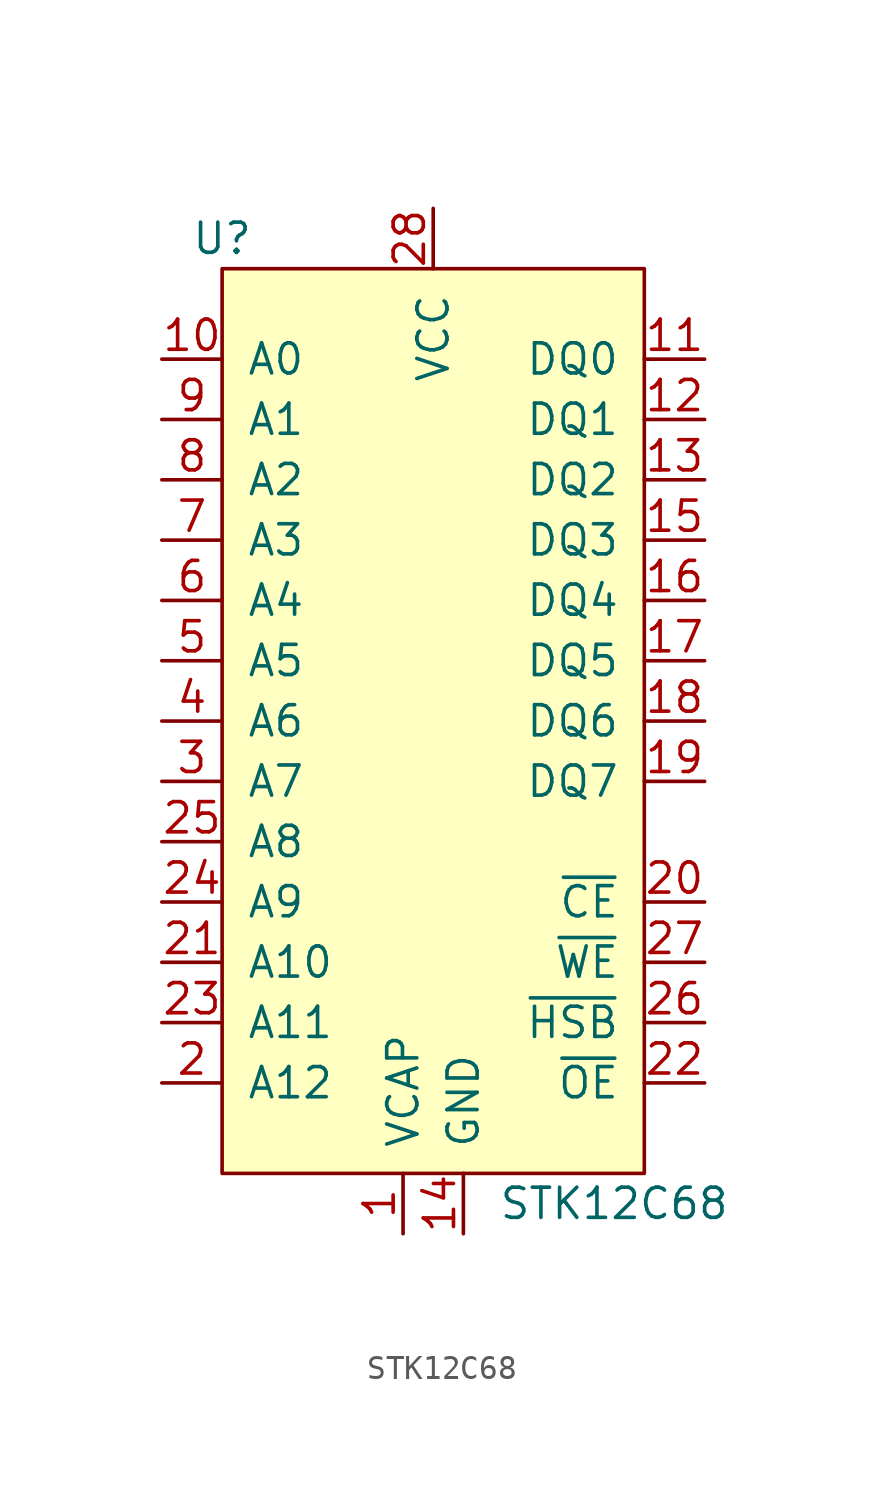
<source format=kicad_sym>
(kicad_symbol_lib
  (version 20211014)
  (generator kicad_symbol_editor)
  (symbol "STK12C68"
    (pin_names
      (offset 1.016))
    (property "Reference" "U"
      (at -8.89 20.32 0)
      (effects (font (size 1.27 1.27))))
    (property "Value" "STK12C68"
      (at 7.62 -20.32 0)
      (effects (font (size 1.27 1.27))))
    (symbol "STK12C68_0_1"
      (rectangle (start -8.89 19.05) (end 8.89 -19.05) (stroke (width 0) (type default) (color 0 0 0 0)) (fill (type background))))
    (symbol "STK12C68_1_1"
      (pin power_out line (at -1.27 -21.59 90) (length 2.54) (name "VCAP" (effects (font (size 1.27 1.27)))) (number "1" (effects (font (size 1.27 1.27)))))
      (pin input line (at -11.43 15.24 0) (length 2.54) (name "A0" (effects (font (size 1.27 1.27)))) (number "10" (effects (font (size 1.27 1.27)))))
      (pin tri_state line (at 11.43 15.24 180) (length 2.54) (name "DQ0" (effects (font (size 1.27 1.27)))) (number "11" (effects (font (size 1.27 1.27)))))
      (pin tri_state line (at 11.43 12.7 180) (length 2.54) (name "DQ1" (effects (font (size 1.27 1.27)))) (number "12" (effects (font (size 1.27 1.27)))))
      (pin tri_state line (at 11.43 10.16 180) (length 2.54) (name "DQ2" (effects (font (size 1.27 1.27)))) (number "13" (effects (font (size 1.27 1.27)))))
      (pin power_in line (at 1.27 -21.59 90) (length 2.54) (name "GND" (effects (font (size 1.27 1.27)))) (number "14" (effects (font (size 1.27 1.27)))))
      (pin tri_state line (at 11.43 7.62 180) (length 2.54) (name "DQ3" (effects (font (size 1.27 1.27)))) (number "15" (effects (font (size 1.27 1.27)))))
      (pin tri_state line (at 11.43 5.08 180) (length 2.54) (name "DQ4" (effects (font (size 1.27 1.27)))) (number "16" (effects (font (size 1.27 1.27)))))
      (pin tri_state line (at 11.43 2.54 180) (length 2.54) (name "DQ5" (effects (font (size 1.27 1.27)))) (number "17" (effects (font (size 1.27 1.27)))))
      (pin tri_state line (at 11.43 0 180) (length 2.54) (name "DQ6" (effects (font (size 1.27 1.27)))) (number "18" (effects (font (size 1.27 1.27)))))
      (pin tri_state line (at 11.43 -2.54 180) (length 2.54) (name "DQ7" (effects (font (size 1.27 1.27)))) (number "19" (effects (font (size 1.27 1.27)))))
      (pin input line (at -11.43 -15.24 0) (length 2.54) (name "A12" (effects (font (size 1.27 1.27)))) (number "2" (effects (font (size 1.27 1.27)))))
      (pin input line (at 11.43 -7.62 180) (length 2.54) (name "~{CE}" (effects (font (size 1.27 1.27)))) (number "20" (effects (font (size 1.27 1.27)))))
      (pin input line (at -11.43 -10.16 0) (length 2.54) (name "A10" (effects (font (size 1.27 1.27)))) (number "21" (effects (font (size 1.27 1.27)))))
      (pin input line (at 11.43 -15.24 180) (length 2.54) (name "~{OE}" (effects (font (size 1.27 1.27)))) (number "22" (effects (font (size 1.27 1.27)))))
      (pin input line (at -11.43 -12.7 0) (length 2.54) (name "A11" (effects (font (size 1.27 1.27)))) (number "23" (effects (font (size 1.27 1.27)))))
      (pin input line (at -11.43 -7.62 0) (length 2.54) (name "A9" (effects (font (size 1.27 1.27)))) (number "24" (effects (font (size 1.27 1.27)))))
      (pin input line (at -11.43 -5.08 0) (length 2.54) (name "A8" (effects (font (size 1.27 1.27)))) (number "25" (effects (font (size 1.27 1.27)))))
      (pin input line (at 11.43 -12.7 180) (length 2.54) (name "~{HSB}" (effects (font (size 1.27 1.27)))) (number "26" (effects (font (size 1.27 1.27)))))
      (pin input line (at 11.43 -10.16 180) (length 2.54) (name "~{WE}" (effects (font (size 1.27 1.27)))) (number "27" (effects (font (size 1.27 1.27)))))
      (pin power_in line (at 0 21.59 270) (length 2.54) (name "VCC" (effects (font (size 1.27 1.27)))) (number "28" (effects (font (size 1.27 1.27)))))
      (pin input line (at -11.43 -2.54 0) (length 2.54) (name "A7" (effects (font (size 1.27 1.27)))) (number "3" (effects (font (size 1.27 1.27)))))
      (pin input line (at -11.43 0 0) (length 2.54) (name "A6" (effects (font (size 1.27 1.27)))) (number "4" (effects (font (size 1.27 1.27)))))
      (pin input line (at -11.43 2.54 0) (length 2.54) (name "A5" (effects (font (size 1.27 1.27)))) (number "5" (effects (font (size 1.27 1.27)))))
      (pin input line (at -11.43 5.08 0) (length 2.54) (name "A4" (effects (font (size 1.27 1.27)))) (number "6" (effects (font (size 1.27 1.27)))))
      (pin input line (at -11.43 7.62 0) (length 2.54) (name "A3" (effects (font (size 1.27 1.27)))) (number "7" (effects (font (size 1.27 1.27)))))
      (pin input line (at -11.43 10.16 0) (length 2.54) (name "A2" (effects (font (size 1.27 1.27)))) (number "8" (effects (font (size 1.27 1.27)))))
      (pin input line (at -11.43 12.7 0) (length 2.54) (name "A1" (effects (font (size 1.27 1.27)))) (number "9" (effects (font (size 1.27 1.27))))))))
</source>
